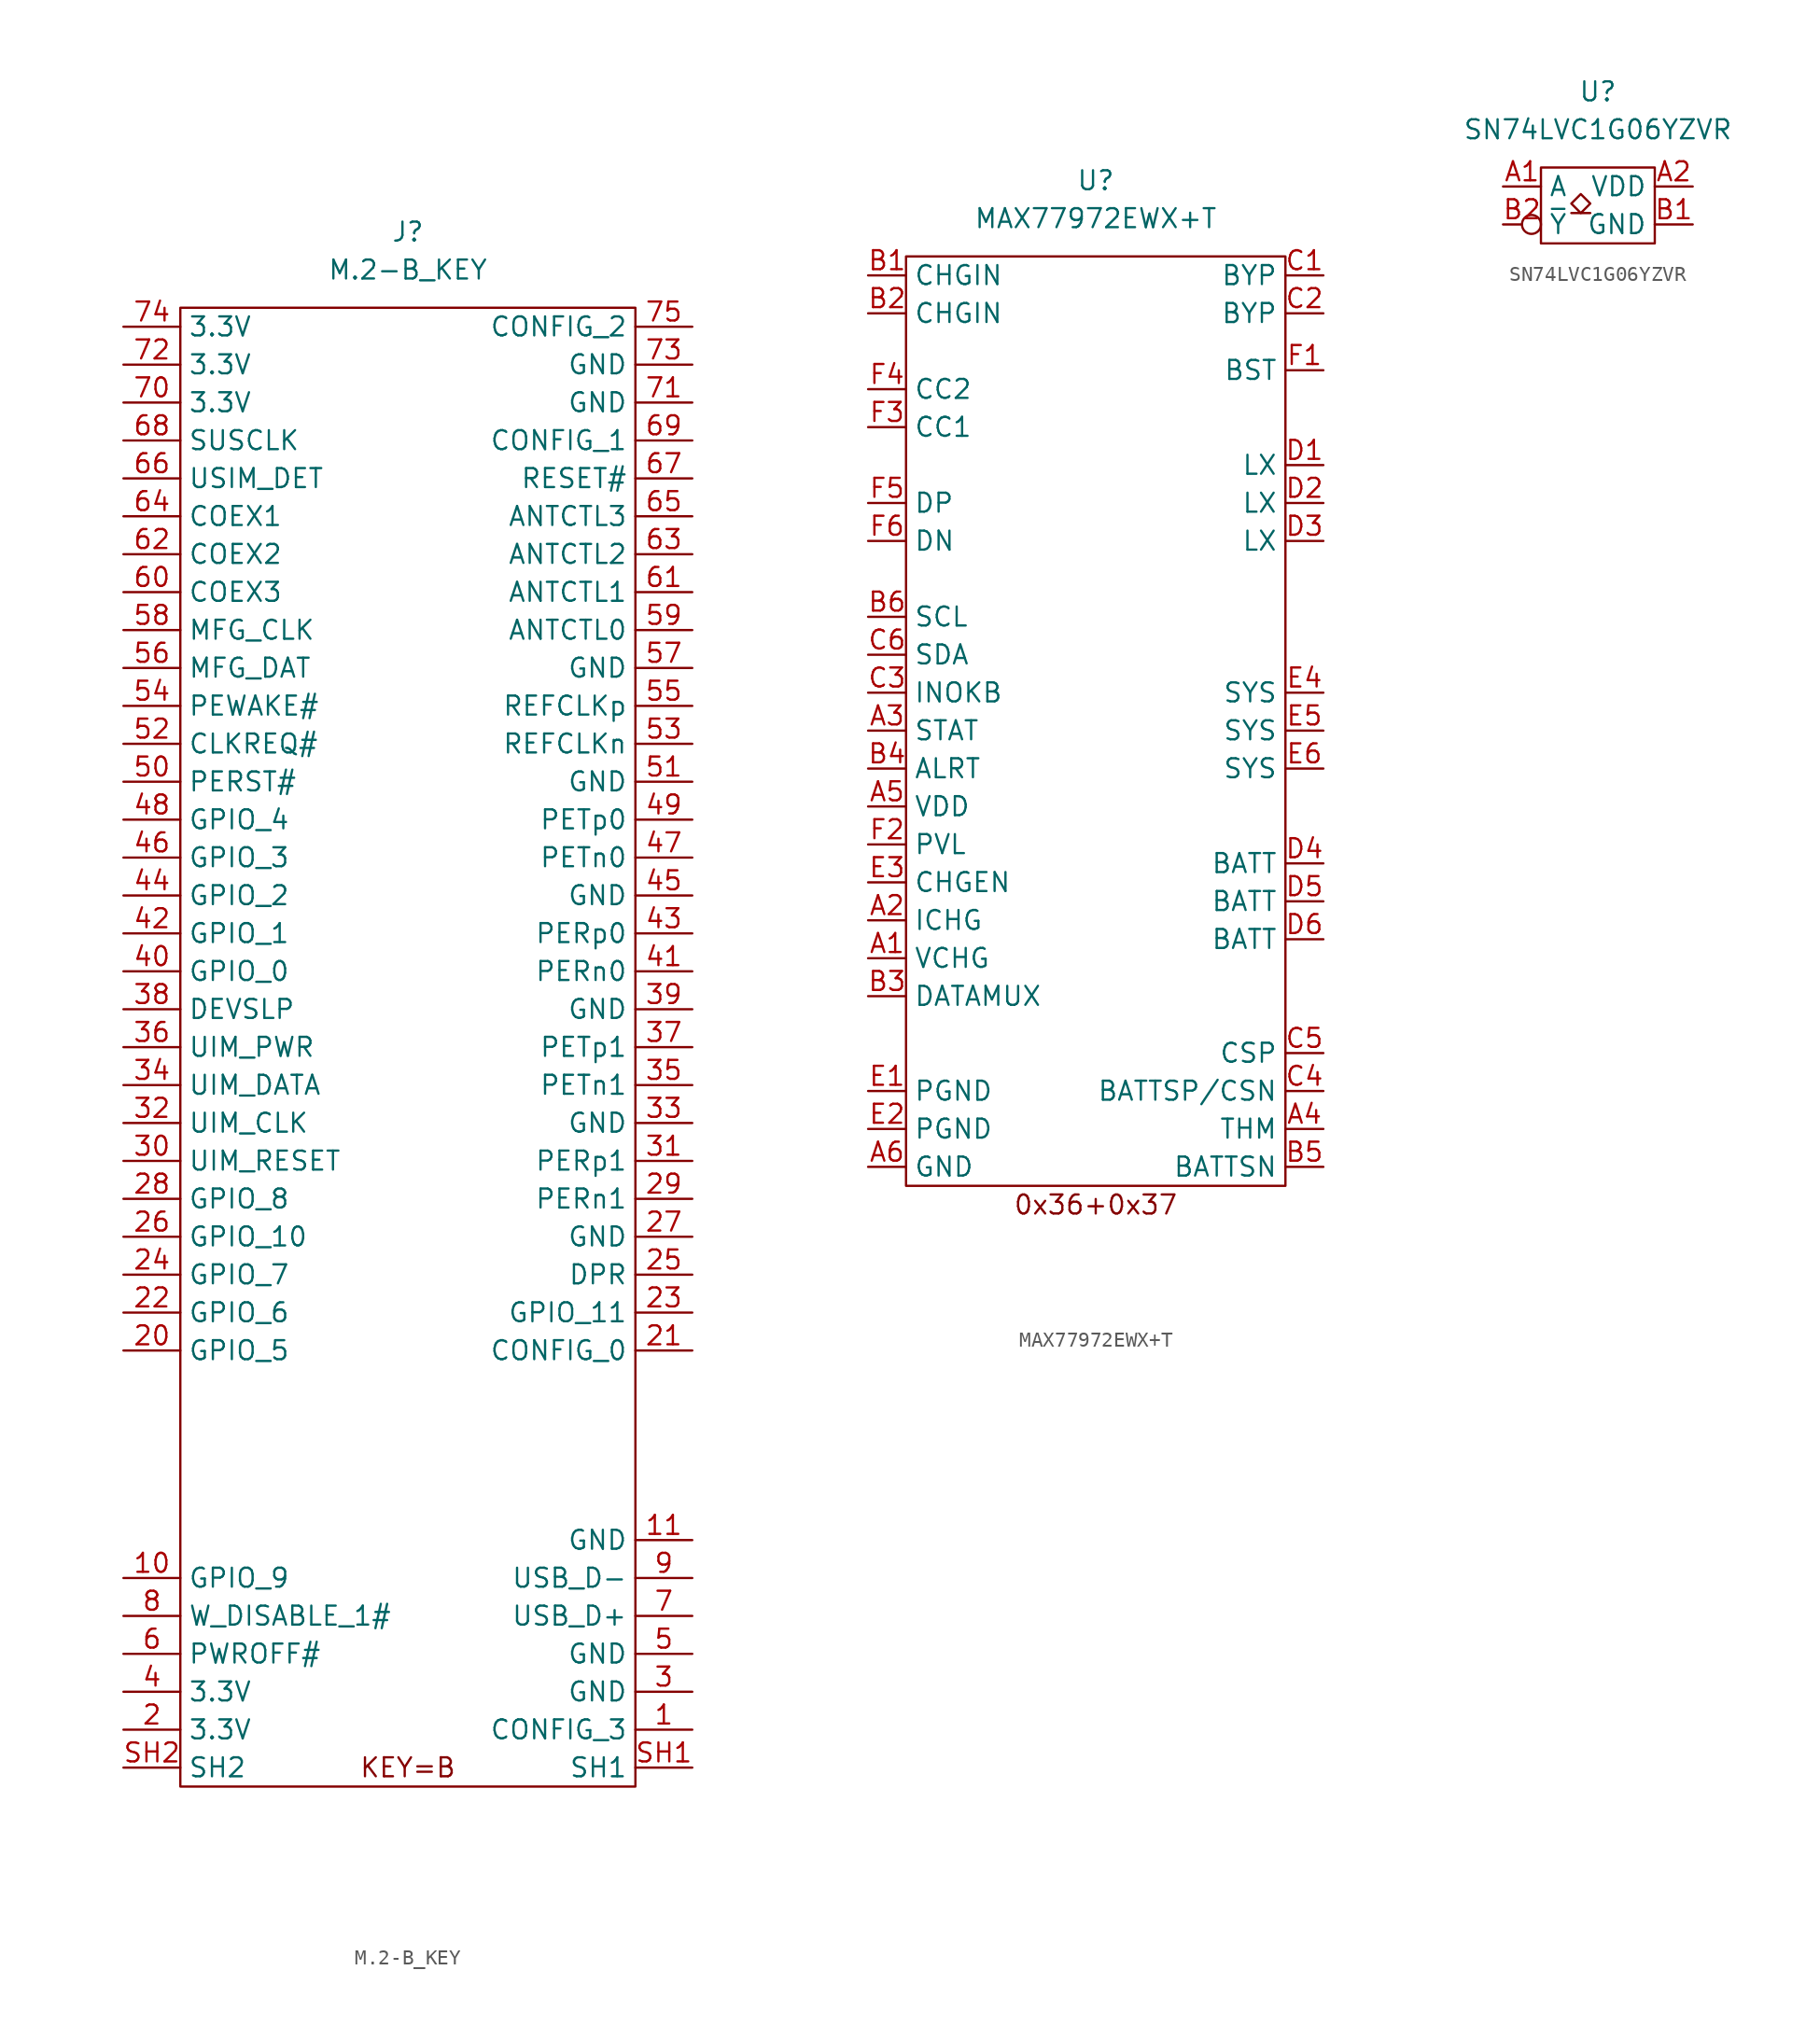
<source format=kicad_sym>
(kicad_symbol_lib
  (version 20241209)
  (generator "kicad_symbol_editor")
  (generator_version "9.0")
  (symbol "M.2-B_KEY"
    (property "Reference" "J"
      (at 0 5.08 0)
      (effects (font (size 1.27 1.27))))
    (property "Value" "M.2-B_KEY"
      (at 0 2.54 0)
      (effects (font (size 1.27 1.27))))
    (symbol "M.2-B_KEY_0_0"
      (pin passive line (at -19.05 -1.27 0) (length 3.81) (name "3.3V" (effects (font (size 1.27 1.27)))) (number "74" (effects (font (size 1.27 1.27)))))
      (pin passive line (at -19.05 -3.81 0) (length 3.81) (name "3.3V" (effects (font (size 1.27 1.27)))) (number "72" (effects (font (size 1.27 1.27)))))
      (pin passive line (at -19.05 -92.71 0) (length 3.81) (name "3.3V" (effects (font (size 1.27 1.27)))) (number "4" (effects (font (size 1.27 1.27)))))
      (pin passive line (at -19.05 -95.25 0) (length 3.81) (name "3.3V" (effects (font (size 1.27 1.27)))) (number "2" (effects (font (size 1.27 1.27)))))
      (pin passive line (at 19.05 -24.13 180) (length 3.81) (name "GND" (effects (font (size 1.27 1.27)))) (number "57" (effects (font (size 1.27 1.27)))))
      (pin passive line (at 19.05 -31.75 180) (length 3.81) (name "GND" (effects (font (size 1.27 1.27)))) (number "51" (effects (font (size 1.27 1.27)))))
      (pin passive line (at 19.05 -39.37 180) (length 3.81) (name "GND" (effects (font (size 1.27 1.27)))) (number "45" (effects (font (size 1.27 1.27)))))
      (pin passive line (at 19.05 -46.99 180) (length 3.81) (name "GND" (effects (font (size 1.27 1.27)))) (number "39" (effects (font (size 1.27 1.27)))))
      (pin passive line (at 19.05 -54.61 180) (length 3.81) (name "GND" (effects (font (size 1.27 1.27)))) (number "33" (effects (font (size 1.27 1.27))))))
    (symbol "M.2-B_KEY_0_1"
      (rectangle (start 15.24 -99.06) (end -15.24 0) (stroke (width 0) (type default)) (fill (type none))))
    (symbol "M.2-B_KEY_1_0"
      (pin passive line (at -19.05 -6.35 0) (length 3.81) (name "3.3V" (effects (font (size 1.27 1.27)))) (number "70" (effects (font (size 1.27 1.27)))))
      (pin passive line (at -19.05 -8.89 0) (length 3.81) (name "SUSCLK" (effects (font (size 1.27 1.27)))) (number "68" (effects (font (size 1.27 1.27)))))
      (pin passive line (at -19.05 -11.43 0) (length 3.81) (name "USIM_DET" (effects (font (size 1.27 1.27)))) (number "66" (effects (font (size 1.27 1.27)))))
      (pin passive line (at -19.05 -13.97 0) (length 3.81) (name "COEX1" (effects (font (size 1.27 1.27)))) (number "64" (effects (font (size 1.27 1.27)))))
      (pin passive line (at -19.05 -16.51 0) (length 3.81) (name "COEX2" (effects (font (size 1.27 1.27)))) (number "62" (effects (font (size 1.27 1.27)))))
      (pin passive line (at -19.05 -19.05 0) (length 3.81) (name "COEX3" (effects (font (size 1.27 1.27)))) (number "60" (effects (font (size 1.27 1.27)))))
      (pin passive line (at -19.05 -21.59 0) (length 3.81) (name "MFG_CLK" (effects (font (size 1.27 1.27)))) (number "58" (effects (font (size 1.27 1.27)))))
      (pin passive line (at -19.05 -24.13 0) (length 3.81) (name "MFG_DAT" (effects (font (size 1.27 1.27)))) (number "56" (effects (font (size 1.27 1.27)))))
      (pin passive line (at -19.05 -26.67 0) (length 3.81) (name "PEWAKE#" (effects (font (size 1.27 1.27)))) (number "54" (effects (font (size 1.27 1.27)))))
      (pin passive line (at -19.05 -29.21 0) (length 3.81) (name "CLKREQ#" (effects (font (size 1.27 1.27)))) (number "52" (effects (font (size 1.27 1.27)))))
      (pin passive line (at -19.05 -31.75 0) (length 3.81) (name "PERST#" (effects (font (size 1.27 1.27)))) (number "50" (effects (font (size 1.27 1.27)))))
      (pin passive line (at -19.05 -34.29 0) (length 3.81) (name "GPIO_4" (effects (font (size 1.27 1.27)))) (number "48" (effects (font (size 1.27 1.27)))))
      (pin passive line (at -19.05 -36.83 0) (length 3.81) (name "GPIO_3" (effects (font (size 1.27 1.27)))) (number "46" (effects (font (size 1.27 1.27)))))
      (pin passive line (at -19.05 -39.37 0) (length 3.81) (name "GPIO_2" (effects (font (size 1.27 1.27)))) (number "44" (effects (font (size 1.27 1.27)))))
      (pin passive line (at -19.05 -41.91 0) (length 3.81) (name "GPIO_1" (effects (font (size 1.27 1.27)))) (number "42" (effects (font (size 1.27 1.27)))))
      (pin passive line (at -19.05 -44.45 0) (length 3.81) (name "GPIO_0" (effects (font (size 1.27 1.27)))) (number "40" (effects (font (size 1.27 1.27)))))
      (pin passive line (at -19.05 -46.99 0) (length 3.81) (name "DEVSLP" (effects (font (size 1.27 1.27)))) (number "38" (effects (font (size 1.27 1.27)))))
      (pin passive line (at -19.05 -49.53 0) (length 3.81) (name "UIM_PWR" (effects (font (size 1.27 1.27)))) (number "36" (effects (font (size 1.27 1.27)))))
      (pin passive line (at -19.05 -52.07 0) (length 3.81) (name "UIM_DATA" (effects (font (size 1.27 1.27)))) (number "34" (effects (font (size 1.27 1.27)))))
      (pin passive line (at -19.05 -54.61 0) (length 3.81) (name "UIM_CLK" (effects (font (size 1.27 1.27)))) (number "32" (effects (font (size 1.27 1.27)))))
      (pin passive line (at -19.05 -57.15 0) (length 3.81) (name "UIM_RESET" (effects (font (size 1.27 1.27)))) (number "30" (effects (font (size 1.27 1.27)))))
      (pin passive line (at -19.05 -59.69 0) (length 3.81) (name "GPIO_8" (effects (font (size 1.27 1.27)))) (number "28" (effects (font (size 1.27 1.27)))))
      (pin passive line (at -19.05 -62.23 0) (length 3.81) (name "GPIO_10" (effects (font (size 1.27 1.27)))) (number "26" (effects (font (size 1.27 1.27)))))
      (pin passive line (at -19.05 -64.77 0) (length 3.81) (name "GPIO_7" (effects (font (size 1.27 1.27)))) (number "24" (effects (font (size 1.27 1.27)))))
      (pin passive line (at -19.05 -67.31 0) (length 3.81) (name "GPIO_6" (effects (font (size 1.27 1.27)))) (number "22" (effects (font (size 1.27 1.27)))))
      (pin passive line (at -19.05 -69.85 0) (length 3.81) (name "GPIO_5" (effects (font (size 1.27 1.27)))) (number "20" (effects (font (size 1.27 1.27)))))
      (pin passive line (at -19.05 -85.09 0) (length 3.81) (name "GPIO_9" (effects (font (size 1.27 1.27)))) (number "10" (effects (font (size 1.27 1.27)))))
      (pin passive line (at -19.05 -87.63 0) (length 3.81) (name "W_DISABLE_1#" (effects (font (size 1.27 1.27)))) (number "8" (effects (font (size 1.27 1.27)))))
      (pin passive line (at -19.05 -90.17 0) (length 3.81) (name "PWROFF#" (effects (font (size 1.27 1.27)))) (number "6" (effects (font (size 1.27 1.27)))))
      (pin passive line (at -19.05 -97.79 0) (length 3.81) (name "SH2" (effects (font (size 1.27 1.27)))) (number "SH2" (effects (font (size 1.27 1.27)))))
      (pin passive line (at 19.05 -1.27 180) (length 3.81) (name "CONFIG_2" (effects (font (size 1.27 1.27)))) (number "75" (effects (font (size 1.27 1.27)))))
      (pin passive line (at 19.05 -3.81 180) (length 3.81) (name "GND" (effects (font (size 1.27 1.27)))) (number "73" (effects (font (size 1.27 1.27)))))
      (pin passive line (at 19.05 -6.35 180) (length 3.81) (name "GND" (effects (font (size 1.27 1.27)))) (number "71" (effects (font (size 1.27 1.27)))))
      (pin passive line (at 19.05 -8.89 180) (length 3.81) (name "CONFIG_1" (effects (font (size 1.27 1.27)))) (number "69" (effects (font (size 1.27 1.27)))))
      (pin passive line (at 19.05 -11.43 180) (length 3.81) (name "RESET#" (effects (font (size 1.27 1.27)))) (number "67" (effects (font (size 1.27 1.27)))))
      (pin passive line (at 19.05 -13.97 180) (length 3.81) (name "ANTCTL3" (effects (font (size 1.27 1.27)))) (number "65" (effects (font (size 1.27 1.27)))))
      (pin passive line (at 19.05 -16.51 180) (length 3.81) (name "ANTCTL2" (effects (font (size 1.27 1.27)))) (number "63" (effects (font (size 1.27 1.27)))))
      (pin passive line (at 19.05 -19.05 180) (length 3.81) (name "ANTCTL1" (effects (font (size 1.27 1.27)))) (number "61" (effects (font (size 1.27 1.27)))))
      (pin passive line (at 19.05 -21.59 180) (length 3.81) (name "ANTCTL0" (effects (font (size 1.27 1.27)))) (number "59" (effects (font (size 1.27 1.27)))))
      (pin passive line (at 19.05 -26.67 180) (length 3.81) (name "REFCLKp" (effects (font (size 1.27 1.27)))) (number "55" (effects (font (size 1.27 1.27)))))
      (pin passive line (at 19.05 -29.21 180) (length 3.81) (name "REFCLKn" (effects (font (size 1.27 1.27)))) (number "53" (effects (font (size 1.27 1.27)))))
      (pin passive line (at 19.05 -34.29 180) (length 3.81) (name "PETp0" (effects (font (size 1.27 1.27)))) (number "49" (effects (font (size 1.27 1.27)))))
      (pin passive line (at 19.05 -36.83 180) (length 3.81) (name "PETn0" (effects (font (size 1.27 1.27)))) (number "47" (effects (font (size 1.27 1.27)))))
      (pin passive line (at 19.05 -41.91 180) (length 3.81) (name "PERp0" (effects (font (size 1.27 1.27)))) (number "43" (effects (font (size 1.27 1.27)))))
      (pin passive line (at 19.05 -44.45 180) (length 3.81) (name "PERn0" (effects (font (size 1.27 1.27)))) (number "41" (effects (font (size 1.27 1.27)))))
      (pin passive line (at 19.05 -49.53 180) (length 3.81) (name "PETp1" (effects (font (size 1.27 1.27)))) (number "37" (effects (font (size 1.27 1.27)))))
      (pin passive line (at 19.05 -52.07 180) (length 3.81) (name "PETn1" (effects (font (size 1.27 1.27)))) (number "35" (effects (font (size 1.27 1.27)))))
      (pin passive line (at 19.05 -57.15 180) (length 3.81) (name "PERp1" (effects (font (size 1.27 1.27)))) (number "31" (effects (font (size 1.27 1.27)))))
      (pin passive line (at 19.05 -59.69 180) (length 3.81) (name "PERn1" (effects (font (size 1.27 1.27)))) (number "29" (effects (font (size 1.27 1.27)))))
      (pin passive line (at 19.05 -62.23 180) (length 3.81) (name "GND" (effects (font (size 1.27 1.27)))) (number "27" (effects (font (size 1.27 1.27)))))
      (pin passive line (at 19.05 -64.77 180) (length 3.81) (name "DPR" (effects (font (size 1.27 1.27)))) (number "25" (effects (font (size 1.27 1.27)))))
      (pin passive line (at 19.05 -67.31 180) (length 3.81) (name "GPIO_11" (effects (font (size 1.27 1.27)))) (number "23" (effects (font (size 1.27 1.27)))))
      (pin passive line (at 19.05 -69.85 180) (length 3.81) (name "CONFIG_0" (effects (font (size 1.27 1.27)))) (number "21" (effects (font (size 1.27 1.27)))))
      (pin passive line (at 19.05 -82.55 180) (length 3.81) (name "GND" (effects (font (size 1.27 1.27)))) (number "11" (effects (font (size 1.27 1.27)))))
      (pin passive line (at 19.05 -85.09 180) (length 3.81) (name "USB_D-" (effects (font (size 1.27 1.27)))) (number "9" (effects (font (size 1.27 1.27)))))
      (pin passive line (at 19.05 -87.63 180) (length 3.81) (name "USB_D+" (effects (font (size 1.27 1.27)))) (number "7" (effects (font (size 1.27 1.27)))))
      (pin passive line (at 19.05 -90.17 180) (length 3.81) (name "GND" (effects (font (size 1.27 1.27)))) (number "5" (effects (font (size 1.27 1.27)))))
      (pin passive line (at 19.05 -92.71 180) (length 3.81) (name "GND" (effects (font (size 1.27 1.27)))) (number "3" (effects (font (size 1.27 1.27)))))
      (pin passive line (at 19.05 -95.25 180) (length 3.81) (name "CONFIG_3" (effects (font (size 1.27 1.27)))) (number "1" (effects (font (size 1.27 1.27)))))
      (pin passive line (at 19.05 -97.79 180) (length 3.81) (name "SH1" (effects (font (size 1.27 1.27)))) (number "SH1" (effects (font (size 1.27 1.27))))))
    (symbol "M.2-B_KEY_1_1"
      (text "KEY=B" (at 0 -97.79 0) (effects (font (size 1.27 1.27))))))
  (symbol "MAX77972EWX+T"
    (property "Reference" "U"
      (at 0 5.08 0)
      (effects (font (size 1.27 1.27))))
    (property "Value" "MAX77972EWX+T"
      (at 0 2.54 0)
      (effects (font (size 1.27 1.27))))
    (symbol "MAX77972EWX+T_0_0"
      (pin passive line (at -15.24 -1.27 0) (length 2.54) (name "CHGIN" (effects (font (size 1.27 1.27)))) (number "B1" (effects (font (size 1.27 1.27)))))
      (pin passive line (at -15.24 -3.81 0) (length 2.54) (name "CHGIN" (effects (font (size 1.27 1.27)))) (number "B2" (effects (font (size 1.27 1.27)))))
      (pin passive line (at -15.24 -8.89 0) (length 2.54) (name "CC2" (effects (font (size 1.27 1.27)))) (number "F4" (effects (font (size 1.27 1.27)))))
      (pin passive line (at -15.24 -11.43 0) (length 2.54) (name "CC1" (effects (font (size 1.27 1.27)))) (number "F3" (effects (font (size 1.27 1.27)))))
      (pin passive line (at -15.24 -16.51 0) (length 2.54) (name "DP" (effects (font (size 1.27 1.27)))) (number "F5" (effects (font (size 1.27 1.27)))))
      (pin passive line (at -15.24 -19.05 0) (length 2.54) (name "DN" (effects (font (size 1.27 1.27)))) (number "F6" (effects (font (size 1.27 1.27)))))
      (pin passive line (at -15.24 -24.13 0) (length 2.54) (name "SCL" (effects (font (size 1.27 1.27)))) (number "B6" (effects (font (size 1.27 1.27)))))
      (pin passive line (at -15.24 -26.67 0) (length 2.54) (name "SDA" (effects (font (size 1.27 1.27)))) (number "C6" (effects (font (size 1.27 1.27)))))
      (pin passive line (at -15.24 -29.21 0) (length 2.54) (name "INOKB" (effects (font (size 1.27 1.27)))) (number "C3" (effects (font (size 1.27 1.27)))))
      (pin passive line (at -15.24 -31.75 0) (length 2.54) (name "STAT" (effects (font (size 1.27 1.27)))) (number "A3" (effects (font (size 1.27 1.27)))))
      (pin passive line (at -15.24 -34.29 0) (length 2.54) (name "ALRT" (effects (font (size 1.27 1.27)))) (number "B4" (effects (font (size 1.27 1.27)))))
      (pin passive line (at -15.24 -36.83 0) (length 2.54) (name "VDD" (effects (font (size 1.27 1.27)))) (number "A5" (effects (font (size 1.27 1.27)))))
      (pin passive line (at -15.24 -39.37 0) (length 2.54) (name "PVL" (effects (font (size 1.27 1.27)))) (number "F2" (effects (font (size 1.27 1.27)))))
      (pin passive line (at -15.24 -41.91 0) (length 2.54) (name "CHGEN" (effects (font (size 1.27 1.27)))) (number "E3" (effects (font (size 1.27 1.27)))))
      (pin passive line (at -15.24 -44.45 0) (length 2.54) (name "ICHG" (effects (font (size 1.27 1.27)))) (number "A2" (effects (font (size 1.27 1.27)))))
      (pin passive line (at -15.24 -46.99 0) (length 2.54) (name "VCHG" (effects (font (size 1.27 1.27)))) (number "A1" (effects (font (size 1.27 1.27)))))
      (pin passive line (at -15.24 -49.53 0) (length 2.54) (name "DATAMUX" (effects (font (size 1.27 1.27)))) (number "B3" (effects (font (size 1.27 1.27)))))
      (pin passive line (at -15.24 -55.88 0) (length 2.54) (name "PGND" (effects (font (size 1.27 1.27)))) (number "E1" (effects (font (size 1.27 1.27)))))
      (pin passive line (at -15.24 -58.42 0) (length 2.54) (name "PGND" (effects (font (size 1.27 1.27)))) (number "E2" (effects (font (size 1.27 1.27)))))
      (pin passive line (at -15.24 -60.96 0) (length 2.54) (name "GND" (effects (font (size 1.27 1.27)))) (number "A6" (effects (font (size 1.27 1.27)))))
      (pin passive line (at 15.24 -1.27 180) (length 2.54) (name "BYP" (effects (font (size 1.27 1.27)))) (number "C1" (effects (font (size 1.27 1.27)))))
      (pin passive line (at 15.24 -3.81 180) (length 2.54) (name "BYP" (effects (font (size 1.27 1.27)))) (number "C2" (effects (font (size 1.27 1.27)))))
      (pin passive line (at 15.24 -7.62 180) (length 2.54) (name "BST" (effects (font (size 1.27 1.27)))) (number "F1" (effects (font (size 1.27 1.27)))))
      (pin passive line (at 15.24 -13.97 180) (length 2.54) (name "LX" (effects (font (size 1.27 1.27)))) (number "D1" (effects (font (size 1.27 1.27)))))
      (pin passive line (at 15.24 -16.51 180) (length 2.54) (name "LX" (effects (font (size 1.27 1.27)))) (number "D2" (effects (font (size 1.27 1.27)))))
      (pin passive line (at 15.24 -19.05 180) (length 2.54) (name "LX" (effects (font (size 1.27 1.27)))) (number "D3" (effects (font (size 1.27 1.27)))))
      (pin passive line (at 15.24 -29.21 180) (length 2.54) (name "SYS" (effects (font (size 1.27 1.27)))) (number "E4" (effects (font (size 1.27 1.27)))))
      (pin passive line (at 15.24 -31.75 180) (length 2.54) (name "SYS" (effects (font (size 1.27 1.27)))) (number "E5" (effects (font (size 1.27 1.27)))))
      (pin passive line (at 15.24 -34.29 180) (length 2.54) (name "SYS" (effects (font (size 1.27 1.27)))) (number "E6" (effects (font (size 1.27 1.27)))))
      (pin passive line (at 15.24 -40.64 180) (length 2.54) (name "BATT" (effects (font (size 1.27 1.27)))) (number "D4" (effects (font (size 1.27 1.27)))))
      (pin passive line (at 15.24 -43.18 180) (length 2.54) (name "BATT" (effects (font (size 1.27 1.27)))) (number "D5" (effects (font (size 1.27 1.27)))))
      (pin passive line (at 15.24 -45.72 180) (length 2.54) (name "BATT" (effects (font (size 1.27 1.27)))) (number "D6" (effects (font (size 1.27 1.27)))))
      (pin passive line (at 15.24 -53.34 180) (length 2.54) (name "CSP" (effects (font (size 1.27 1.27)))) (number "C5" (effects (font (size 1.27 1.27)))))
      (pin passive line (at 15.24 -55.88 180) (length 2.54) (name "BATTSP/CSN" (effects (font (size 1.27 1.27)))) (number "C4" (effects (font (size 1.27 1.27)))))
      (pin passive line (at 15.24 -58.42 180) (length 2.54) (name "THM" (effects (font (size 1.27 1.27)))) (number "A4" (effects (font (size 1.27 1.27)))))
      (pin passive line (at 15.24 -60.96 180) (length 2.54) (name "BATTSN" (effects (font (size 1.27 1.27)))) (number "B5" (effects (font (size 1.27 1.27))))))
    (symbol "MAX77972EWX+T_0_1"
      (rectangle (start -12.7 0) (end 12.7 -62.23) (stroke (width 0) (type default)) (fill (type none))))
    (symbol "MAX77972EWX+T_1_1"
      (text "0x36+0x37" (at 0 -63.5 0) (effects (font (size 1.27 1.27))))))
  (symbol "SN74LVC1G06YZVR"
    (property "Reference" "U"
      (at 0 5.08 0)
      (effects (font (size 1.27 1.27))))
    (property "Value" "SN74LVC1G06YZVR"
      (at 0 2.54 0)
      (effects (font (size 1.27 1.27))))
    (symbol "SN74LVC1G06YZVR_0_0"
      (pin passive line (at -6.35 -1.27 0) (length 2.54) (name "A" (effects (font (size 1.27 1.27)))) (number "A1" (effects (font (size 1.27 1.27)))))
      (pin passive line (at 6.35 -1.27 180) (length 2.54) (name "VDD" (effects (font (size 1.27 1.27)))) (number "A2" (effects (font (size 1.27 1.27))))))
    (symbol "SN74LVC1G06YZVR_0_1"
      (rectangle (start -3.81 0) (end 3.81 -5.08) (stroke (width 0) (type default)) (fill (type none)))
      (polyline (pts (xy -1.778 -2.413) (xy -1.143 -1.778) (xy -0.508 -2.413) (xy -1.143 -3.048) (xy -1.778 -2.413)) (stroke (width 0) (type default)) (fill (type none)))
      (polyline (pts (xy -1.778 -3.048) (xy -0.508 -3.048)) (stroke (width 0) (type default)) (fill (type none))))
    (symbol "SN74LVC1G06YZVR_1_0"
      (pin passive inverted (at -6.35 -3.81 0) (length 2.54) (name "~{Y}" (effects (font (size 1.27 1.27)))) (number "B2" (effects (font (size 1.27 1.27)))))
      (pin passive line (at 6.35 -3.81 180) (length 2.54) (name "GND" (effects (font (size 1.27 1.27)))) (number "B1" (effects (font (size 1.27 1.27))))))))
</source>
